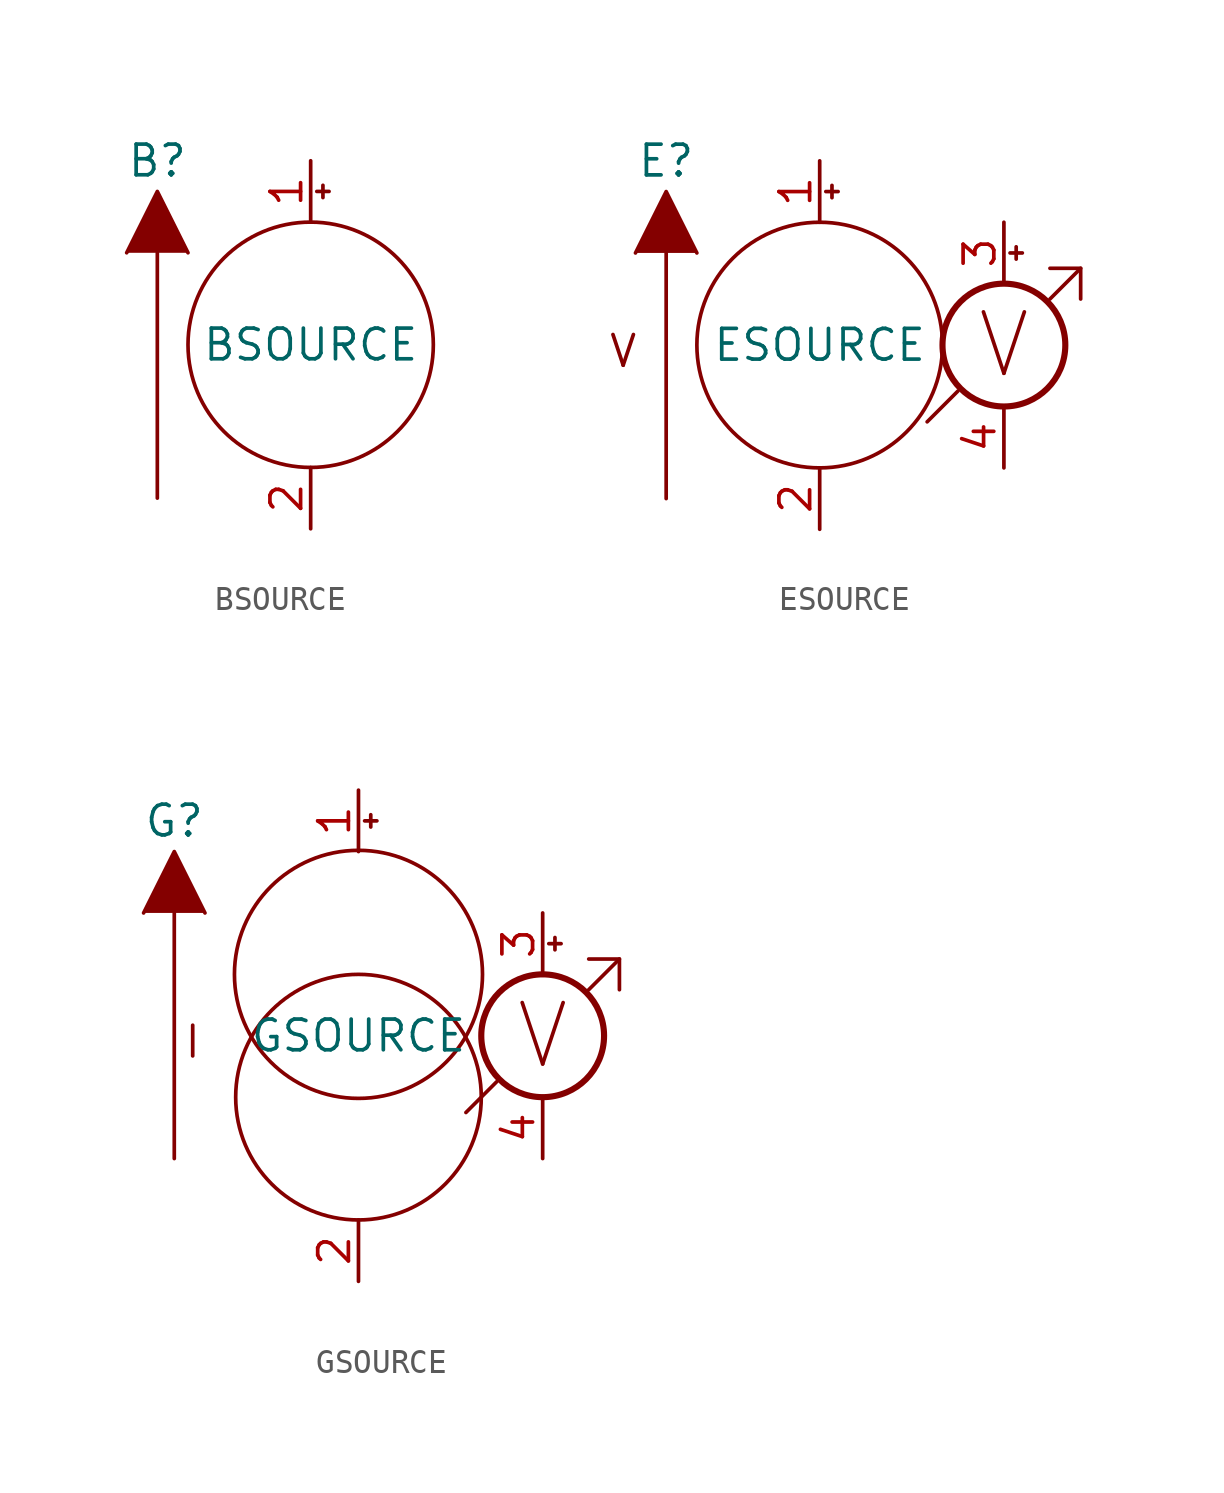
<source format=kicad_sym>
(kicad_symbol_lib
  (version 20201005)
  (generator kicad_symbol_editor)
  (symbol "pspice:BSOURCE"
    (pin_names
      (offset 1.016) hide)
    (property "Reference" "B"
      (at -6.35 7.62 0)
      (effects (font (size 1.27 1.27))))
    (property "Value" "BSOURCE"
      (at 0 0 0)
      (effects (font (size 1.27 1.27))))
    (symbol "BSOURCE_1_1"
      (circle (center 0 0) (radius 5.08) (stroke (width 0)) (fill (type none)))
      (polyline (pts (xy -6.35 -6.35) (xy -6.35 3.81)) (stroke (width 0)) (fill (type outline)))
      (polyline (pts (xy 0.254 6.35) (xy 0.762 6.35)) (stroke (width 0)) (fill (type none)))
      (polyline (pts (xy 0.508 6.604) (xy 0.508 6.096)) (stroke (width 0)) (fill (type none)))
      (polyline (pts (xy -7.62 3.81) (xy -6.35 6.35) (xy -5.08 3.81)) (stroke (width 0)) (fill (type outline)))
      (pin input line (at 0 7.62 270) (length 2.54) (name "N+" (effects (font (size 1.27 1.27)))) (number "1" (effects (font (size 1.27 1.27)))))
      (pin input line (at 0 -7.62 90) (length 2.54) (name "N-" (effects (font (size 1.27 1.27)))) (number "2" (effects (font (size 1.27 1.27)))))))
  (symbol "pspice:ESOURCE"
    (pin_names
      (offset 1.016) hide)
    (property "Reference" "E"
      (at -6.35 7.62 0)
      (effects (font (size 1.27 1.27))))
    (property "Value" "ESOURCE"
      (at 0 0 0)
      (effects (font (size 1.27 1.27))))
    (symbol "ESOURCE_1_1"
      (circle (center 0 0) (radius 5.08) (stroke (width 0)) (fill (type none)))
      (circle (center 7.62 0) (radius 2.54) (stroke (width 0.254)) (fill (type none)))
      (text "V" (at -8.128 -0.254 0) (effects (font (size 1.27 1.27))))
      (text "V" (at 7.62 0 0) (effects (font (size 2.54 2.54))))
      (polyline (pts (xy -6.35 -6.35) (xy -6.35 3.81)) (stroke (width 0)) (fill (type outline)))
      (polyline (pts (xy 0.254 6.35) (xy 0.762 6.35)) (stroke (width 0)) (fill (type none)))
      (polyline (pts (xy 0.508 6.604) (xy 0.508 6.096)) (stroke (width 0)) (fill (type none)))
      (polyline (pts (xy 4.445 -3.175) (xy 5.715 -1.905)) (stroke (width 0)) (fill (type none)))
      (polyline (pts (xy 7.874 3.81) (xy 8.382 3.81)) (stroke (width 0)) (fill (type none)))
      (polyline (pts (xy 8.128 4.064) (xy 8.128 3.556)) (stroke (width 0)) (fill (type none)))
      (polyline (pts (xy 9.525 1.905) (xy 10.795 3.175)) (stroke (width 0)) (fill (type none)))
      (polyline (pts (xy -7.62 3.81) (xy -6.35 6.35) (xy -5.08 3.81)) (stroke (width 0)) (fill (type outline)))
      (polyline (pts (xy 9.525 3.175) (xy 10.795 3.175) (xy 10.795 1.905)) (stroke (width 0)) (fill (type none)))
      (pin input line (at 0 7.62 270) (length 2.54) (name "N+" (effects (font (size 1.27 1.27)))) (number "1" (effects (font (size 1.27 1.27)))))
      (pin input line (at 0 -7.62 90) (length 2.54) (name "N-" (effects (font (size 1.27 1.27)))) (number "2" (effects (font (size 1.27 1.27)))))
      (pin passive line (at 7.62 5.08 270) (length 2.54) (name "C+" (effects (font (size 1.27 1.27)))) (number "3" (effects (font (size 1.27 1.27)))))
      (pin passive line (at 7.62 -5.08 90) (length 2.54) (name "C-" (effects (font (size 1.27 1.27)))) (number "4" (effects (font (size 1.27 1.27)))))))
  (symbol "pspice:GSOURCE"
    (pin_names
      (offset 1.016) hide)
    (property "Reference" "G"
      (at -7.62 8.89 0)
      (effects (font (size 1.27 1.27))))
    (property "Value" "GSOURCE"
      (at 0 0 0)
      (effects (font (size 1.27 1.27))))
    (symbol "GSOURCE_0_1"
      (circle (center 0 -2.54) (radius 5.08) (stroke (width 0)) (fill (type none)))
      (circle (center 0 2.54) (radius 5.131) (stroke (width 0)) (fill (type none)))
      (text "I" (at -6.858 -0.254 0) (effects (font (size 1.27 1.27))))
      (polyline (pts (xy -7.62 -5.08) (xy -7.62 5.08)) (stroke (width 0)) (fill (type outline)))
      (polyline (pts (xy -8.89 5.08) (xy -7.62 7.62) (xy -6.35 5.08)) (stroke (width 0)) (fill (type outline))))
    (symbol "GSOURCE_1_1"
      (circle (center 7.62 0) (radius 2.54) (stroke (width 0.254)) (fill (type none)))
      (text "V" (at 7.62 0 0) (effects (font (size 2.54 2.54))))
      (polyline (pts (xy 0.254 8.89) (xy 0.762 8.89)) (stroke (width 0)) (fill (type none)))
      (polyline (pts (xy 0.508 9.144) (xy 0.508 8.636)) (stroke (width 0)) (fill (type none)))
      (polyline (pts (xy 4.445 -3.175) (xy 5.715 -1.905)) (stroke (width 0)) (fill (type none)))
      (polyline (pts (xy 7.874 3.81) (xy 8.382 3.81)) (stroke (width 0)) (fill (type none)))
      (polyline (pts (xy 8.128 4.064) (xy 8.128 3.556)) (stroke (width 0)) (fill (type none)))
      (polyline (pts (xy 9.525 1.905) (xy 10.795 3.175)) (stroke (width 0)) (fill (type none)))
      (polyline (pts (xy 9.525 3.175) (xy 10.795 3.175) (xy 10.795 1.905)) (stroke (width 0)) (fill (type none)))
      (pin input line (at 0 10.16 270) (length 2.54) (name "N+" (effects (font (size 1.27 1.27)))) (number "1" (effects (font (size 1.27 1.27)))))
      (pin input line (at 0 -10.16 90) (length 2.54) (name "N-" (effects (font (size 1.27 1.27)))) (number "2" (effects (font (size 1.27 1.27)))))
      (pin passive line (at 7.62 5.08 270) (length 2.54) (name "C+" (effects (font (size 1.27 1.27)))) (number "3" (effects (font (size 1.27 1.27)))))
      (pin passive line (at 7.62 -5.08 90) (length 2.54) (name "C-" (effects (font (size 1.27 1.27)))) (number "4" (effects (font (size 1.27 1.27))))))))
</source>
